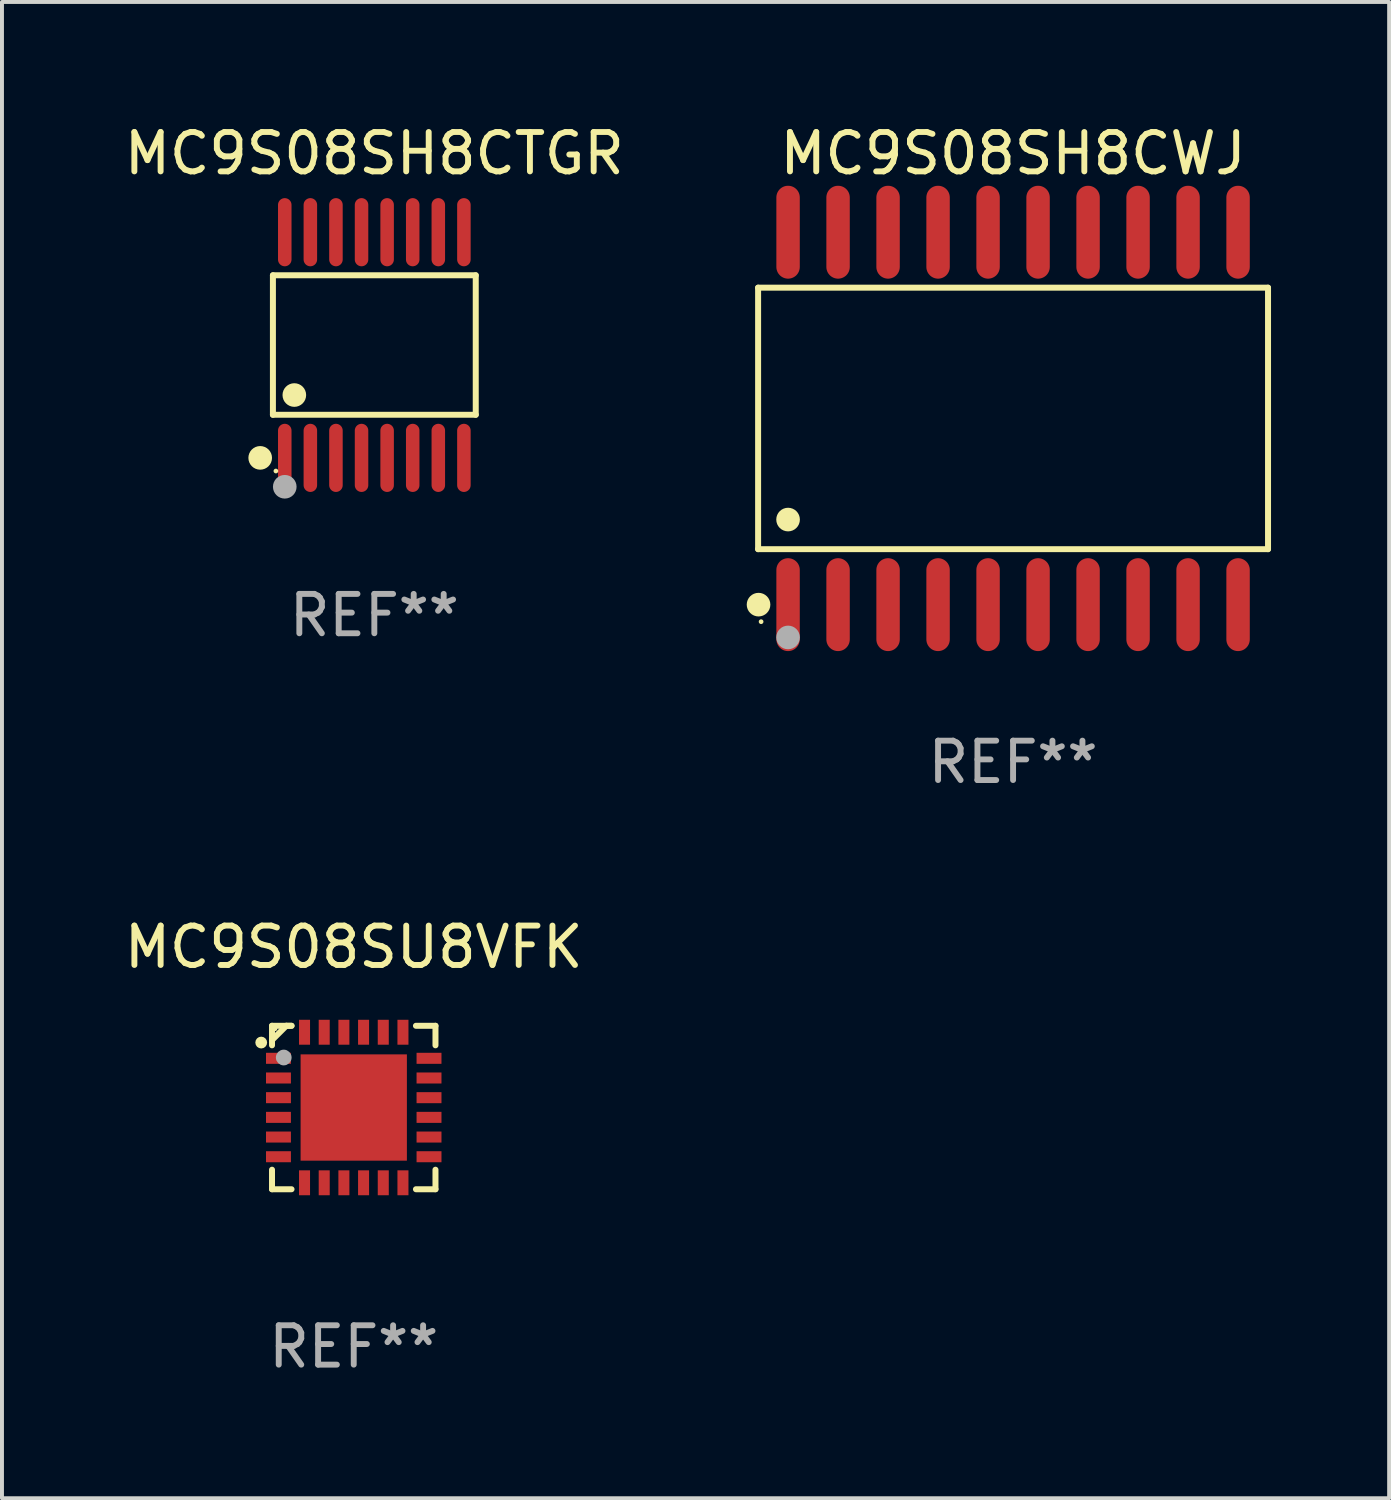
<source format=kicad_pcb>
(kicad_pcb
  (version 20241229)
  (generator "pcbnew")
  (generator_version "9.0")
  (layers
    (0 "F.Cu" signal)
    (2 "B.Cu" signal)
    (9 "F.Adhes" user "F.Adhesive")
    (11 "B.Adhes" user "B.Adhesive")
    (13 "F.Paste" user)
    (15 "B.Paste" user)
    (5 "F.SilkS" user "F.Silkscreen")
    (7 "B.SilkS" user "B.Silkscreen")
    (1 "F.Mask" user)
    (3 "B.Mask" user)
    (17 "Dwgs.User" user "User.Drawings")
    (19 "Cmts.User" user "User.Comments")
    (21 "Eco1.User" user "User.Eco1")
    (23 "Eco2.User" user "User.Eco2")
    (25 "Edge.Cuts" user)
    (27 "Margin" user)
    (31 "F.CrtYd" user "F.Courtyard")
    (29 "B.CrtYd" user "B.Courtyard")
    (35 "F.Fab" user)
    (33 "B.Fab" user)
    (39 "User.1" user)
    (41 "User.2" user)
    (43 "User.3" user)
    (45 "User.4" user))
  (footprint "MC9S08SH8CTGR"
    (layer "F.Cu")
    (at 6.458 5.714)
    (property "Reference" "MC9S08SH8CTGR" (at 0 -4.866 0) (layer "F.SilkS") (effects (font (size 1 1) (thickness 0.15))))
    (attr through_hole)
    (fp_line (start -2.576 -1.772) (end 2.576 -1.772) (stroke (width 0.152) (type solid)) (layer "F.SilkS"))
    (fp_line (start -2.576 1.771) (end -2.576 -1.772) (stroke (width 0.152) (type solid)) (layer "F.SilkS"))
    (fp_line (start 2.576 -1.772) (end 2.576 1.771) (stroke (width 0.152) (type solid)) (layer "F.SilkS"))
    (fp_line (start 2.576 1.771) (end -2.576 1.771) (stroke (width 0.152) (type solid)) (layer "F.SilkS"))
    (fp_circle (center -2.899 2.866) (end -2.749 2.866) (stroke (width 0.3) (type solid)) (fill no) (layer "F.SilkS"))
    (fp_circle (center -2.5 3.2) (end -2.47 3.2) (stroke (width 0.06) (type solid)) (fill no) (layer "F.SilkS"))
    (fp_circle (center -2.032 1.27) (end -1.882 1.27) (stroke (width 0.3) (type solid)) (fill no) (layer "F.SilkS"))
    (fp_circle (center -2.275 3.6) (end -2.125 3.6) (stroke (width 0.3) (type solid)) (fill no) (layer "F.Fab"))
    (fp_text user "REF**" (at 0 6.866 0) (layer "F.Fab") (effects (font (size 1 1) (thickness 0.15))))
    (pad "1" smd oval (at -2.275 2.866) (size 0.343 1.731) (layers "F.Cu" "F.Mask" "F.Paste"))
    (pad "2" smd oval (at -1.625 2.866) (size 0.343 1.731) (layers "F.Cu" "F.Mask" "F.Paste"))
    (pad "3" smd oval (at -0.975 2.866) (size 0.343 1.731) (layers "F.Cu" "F.Mask" "F.Paste"))
    (pad "4" smd oval (at -0.325 2.866) (size 0.343 1.731) (layers "F.Cu" "F.Mask" "F.Paste"))
    (pad "5" smd oval (at 0.325 2.866) (size 0.343 1.731) (layers "F.Cu" "F.Mask" "F.Paste"))
    (pad "6" smd oval (at 0.975 2.866) (size 0.343 1.731) (layers "F.Cu" "F.Mask" "F.Paste"))
    (pad "7" smd oval (at 1.625 2.866) (size 0.343 1.731) (layers "F.Cu" "F.Mask" "F.Paste"))
    (pad "8" smd oval (at 2.275 2.866) (size 0.343 1.731) (layers "F.Cu" "F.Mask" "F.Paste"))
    (pad "9" smd oval (at 2.275 -2.866) (size 0.343 1.731) (layers "F.Cu" "F.Mask" "F.Paste"))
    (pad "10" smd oval (at 1.625 -2.866) (size 0.343 1.731) (layers "F.Cu" "F.Mask" "F.Paste"))
    (pad "11" smd oval (at 0.975 -2.866) (size 0.343 1.731) (layers "F.Cu" "F.Mask" "F.Paste"))
    (pad "12" smd oval (at 0.325 -2.866) (size 0.343 1.731) (layers "F.Cu" "F.Mask" "F.Paste"))
    (pad "13" smd oval (at -0.325 -2.866) (size 0.343 1.731) (layers "F.Cu" "F.Mask" "F.Paste"))
    (pad "14" smd oval (at -0.975 -2.866) (size 0.343 1.731) (layers "F.Cu" "F.Mask" "F.Paste"))
    (pad "15" smd oval (at -1.625 -2.866) (size 0.343 1.731) (layers "F.Cu" "F.Mask" "F.Paste"))
    (pad "16" smd oval (at -2.275 -2.866) (size 0.343 1.731) (layers "F.Cu" "F.Mask" "F.Paste")))
  (footprint "MC9S08SU8VFK"
    (layer "F.Cu")
    (at 5.935 25.081)
    (property "Reference" "MC9S08SU8VFK" (at 0 -4.076 0) (layer "F.SilkS") (effects (font (size 1 1) (thickness 0.15))))
    (attr through_hole)
    (fp_line (start -2.076 -2.076) (end -2.076 -1.58) (stroke (width 0.152) (type solid)) (layer "F.SilkS"))
    (fp_line (start -2.076 2.076) (end -2.076 1.58) (stroke (width 0.152) (type solid)) (layer "F.SilkS"))
    (fp_line (start -1.713 -2.076) (end -2.076 -1.713) (stroke (width 0.152) (type solid)) (layer "F.SilkS"))
    (fp_line (start -1.58 -2.076) (end -2.076 -2.076) (stroke (width 0.152) (type solid)) (layer "F.SilkS"))
    (fp_line (start -1.58 -2.076) (end -1.713 -2.076) (stroke (width 0.152) (type solid)) (layer "F.SilkS"))
    (fp_line (start -1.58 2.076) (end -2.076 2.076) (stroke (width 0.152) (type solid)) (layer "F.SilkS"))
    (fp_line (start 1.58 -2.076) (end 2.076 -2.076) (stroke (width 0.152) (type solid)) (layer "F.SilkS"))
    (fp_line (start 1.58 2.076) (end 2.076 2.076) (stroke (width 0.152) (type solid)) (layer "F.SilkS"))
    (fp_line (start 2.076 -2.076) (end 2.076 -1.58) (stroke (width 0.152) (type solid)) (layer "F.SilkS"))
    (fp_line (start 2.076 2.076) (end 2.076 1.58) (stroke (width 0.152) (type solid)) (layer "F.SilkS"))
    (fp_circle (center -2.35 -1.65) (end -2.275 -1.65) (stroke (width 0.15) (type solid)) (fill no) (layer "F.SilkS"))
    (fp_circle (center -2 -2) (end -1.97 -2) (stroke (width 0.06) (type solid)) (fill no) (layer "F.SilkS"))
    (fp_circle (center -1.778 -1.27) (end -1.678 -1.27) (stroke (width 0.2) (type solid)) (fill no) (layer "F.Fab"))
    (fp_text user "REF**" (at 0 6.076 0) (layer "F.Fab") (effects (font (size 1 1) (thickness 0.15))))
    (pad "1" smd rect (at -1.912 -1.25) (size 0.633 0.28) (layers "F.Cu" "F.Mask" "F.Paste"))
    (pad "2" smd rect (at -1.912 -0.75) (size 0.633 0.28) (layers "F.Cu" "F.Mask" "F.Paste"))
    (pad "3" smd rect (at -1.912 -0.25) (size 0.633 0.28) (layers "F.Cu" "F.Mask" "F.Paste"))
    (pad "4" smd rect (at -1.912 0.25) (size 0.633 0.28) (layers "F.Cu" "F.Mask" "F.Paste"))
    (pad "5" smd rect (at -1.912 0.75) (size 0.633 0.28) (layers "F.Cu" "F.Mask" "F.Paste"))
    (pad "6" smd rect (at -1.912 1.25) (size 0.633 0.28) (layers "F.Cu" "F.Mask" "F.Paste"))
    (pad "7" smd rect (at -1.25 1.912) (size 0.28 0.633) (layers "F.Cu" "F.Mask" "F.Paste"))
    (pad "8" smd rect (at -0.75 1.912) (size 0.28 0.633) (layers "F.Cu" "F.Mask" "F.Paste"))
    (pad "9" smd rect (at -0.25 1.912) (size 0.28 0.633) (layers "F.Cu" "F.Mask" "F.Paste"))
    (pad "10" smd rect (at 0.25 1.912) (size 0.28 0.633) (layers "F.Cu" "F.Mask" "F.Paste"))
    (pad "11" smd rect (at 0.75 1.912) (size 0.28 0.633) (layers "F.Cu" "F.Mask" "F.Paste"))
    (pad "12" smd rect (at 1.25 1.912) (size 0.28 0.633) (layers "F.Cu" "F.Mask" "F.Paste"))
    (pad "13" smd rect (at 1.912 1.25) (size 0.633 0.28) (layers "F.Cu" "F.Mask" "F.Paste"))
    (pad "14" smd rect (at 1.912 0.75) (size 0.633 0.28) (layers "F.Cu" "F.Mask" "F.Paste"))
    (pad "15" smd rect (at 1.912 0.25) (size 0.633 0.28) (layers "F.Cu" "F.Mask" "F.Paste"))
    (pad "16" smd rect (at 1.912 -0.25) (size 0.633 0.28) (layers "F.Cu" "F.Mask" "F.Paste"))
    (pad "17" smd rect (at 1.912 -0.75) (size 0.633 0.28) (layers "F.Cu" "F.Mask" "F.Paste"))
    (pad "18" smd rect (at 1.912 -1.25) (size 0.633 0.28) (layers "F.Cu" "F.Mask" "F.Paste"))
    (pad "19" smd rect (at 1.25 -1.912) (size 0.28 0.633) (layers "F.Cu" "F.Mask" "F.Paste"))
    (pad "20" smd rect (at 0.75 -1.912) (size 0.28 0.633) (layers "F.Cu" "F.Mask" "F.Paste"))
    (pad "21" smd rect (at 0.25 -1.912) (size 0.28 0.633) (layers "F.Cu" "F.Mask" "F.Paste"))
    (pad "22" smd rect (at -0.25 -1.912) (size 0.28 0.633) (layers "F.Cu" "F.Mask" "F.Paste"))
    (pad "23" smd rect (at -0.75 -1.912) (size 0.28 0.633) (layers "F.Cu" "F.Mask" "F.Paste"))
    (pad "24" smd rect (at -1.25 -1.912) (size 0.28 0.633) (layers "F.Cu" "F.Mask" "F.Paste"))
    (pad "25" smd rect (at 0 0) (size 2.7 2.7) (layers "F.Cu" "F.Mask" "F.Paste")))
  (footprint "MC9S08SH8CWJ"
    (layer "F.Cu")
    (at 22.682 7.578)
    (property "Reference" "MC9S08SH8CWJ" (at 0 -6.73 0) (layer "F.SilkS") (effects (font (size 1 1) (thickness 0.15))))
    (attr through_hole)
    (fp_line (start -6.476 -3.321) (end 6.476 -3.321) (stroke (width 0.152) (type solid)) (layer "F.SilkS"))
    (fp_line (start -6.476 3.321) (end -6.476 -3.321) (stroke (width 0.152) (type solid)) (layer "F.SilkS"))
    (fp_line (start 6.476 -3.321) (end 6.476 3.321) (stroke (width 0.152) (type solid)) (layer "F.SilkS"))
    (fp_line (start 6.476 3.321) (end -6.476 3.321) (stroke (width 0.152) (type solid)) (layer "F.SilkS"))
    (fp_circle (center -6.465 4.73) (end -6.315 4.73) (stroke (width 0.3) (type solid)) (fill no) (layer "F.SilkS"))
    (fp_circle (center -6.4 5.163) (end -6.37 5.163) (stroke (width 0.06) (type solid)) (fill no) (layer "F.SilkS"))
    (fp_circle (center -5.715 2.569) (end -5.565 2.569) (stroke (width 0.3) (type solid)) (fill no) (layer "F.SilkS"))
    (fp_circle (center -5.715 5.563) (end -5.565 5.563) (stroke (width 0.3) (type solid)) (fill no) (layer "F.Fab"))
    (fp_text user "REF**" (at 0 8.73 0) (layer "F.Fab") (effects (font (size 1 1) (thickness 0.15))))
    (pad "1" smd oval (at -5.715 4.73) (size 0.595 2.36) (layers "F.Cu" "F.Mask" "F.Paste"))
    (pad "2" smd oval (at -4.445 4.73) (size 0.595 2.36) (layers "F.Cu" "F.Mask" "F.Paste"))
    (pad "3" smd oval (at -3.175 4.73) (size 0.595 2.36) (layers "F.Cu" "F.Mask" "F.Paste"))
    (pad "4" smd oval (at -1.905 4.73) (size 0.595 2.36) (layers "F.Cu" "F.Mask" "F.Paste"))
    (pad "5" smd oval (at -0.635 4.73) (size 0.595 2.36) (layers "F.Cu" "F.Mask" "F.Paste"))
    (pad "6" smd oval (at 0.635 4.73) (size 0.595 2.36) (layers "F.Cu" "F.Mask" "F.Paste"))
    (pad "7" smd oval (at 1.905 4.73) (size 0.595 2.36) (layers "F.Cu" "F.Mask" "F.Paste"))
    (pad "8" smd oval (at 3.175 4.73) (size 0.595 2.36) (layers "F.Cu" "F.Mask" "F.Paste"))
    (pad "9" smd oval (at 4.445 4.73) (size 0.595 2.36) (layers "F.Cu" "F.Mask" "F.Paste"))
    (pad "10" smd oval (at 5.715 4.73) (size 0.595 2.36) (layers "F.Cu" "F.Mask" "F.Paste"))
    (pad "11" smd oval (at 5.715 -4.73) (size 0.595 2.36) (layers "F.Cu" "F.Mask" "F.Paste"))
    (pad "12" smd oval (at 4.445 -4.73) (size 0.595 2.36) (layers "F.Cu" "F.Mask" "F.Paste"))
    (pad "13" smd oval (at 3.175 -4.73) (size 0.595 2.36) (layers "F.Cu" "F.Mask" "F.Paste"))
    (pad "14" smd oval (at 1.905 -4.73) (size 0.595 2.36) (layers "F.Cu" "F.Mask" "F.Paste"))
    (pad "15" smd oval (at 0.635 -4.73) (size 0.595 2.36) (layers "F.Cu" "F.Mask" "F.Paste"))
    (pad "16" smd oval (at -0.635 -4.73) (size 0.595 2.36) (layers "F.Cu" "F.Mask" "F.Paste"))
    (pad "17" smd oval (at -1.905 -4.73) (size 0.595 2.36) (layers "F.Cu" "F.Mask" "F.Paste"))
    (pad "18" smd oval (at -3.175 -4.73) (size 0.595 2.36) (layers "F.Cu" "F.Mask" "F.Paste"))
    (pad "19" smd oval (at -4.445 -4.73) (size 0.595 2.36) (layers "F.Cu" "F.Mask" "F.Paste"))
    (pad "20" smd oval (at -5.715 -4.73) (size 0.595 2.36) (layers "F.Cu" "F.Mask" "F.Paste")))
  (gr_rect
    (start -3 -3)
    (end 32.234 35.005)
    (stroke (width 0.1) (type default))
    (fill no)
    (layer "Edge.Cuts")))
</source>
